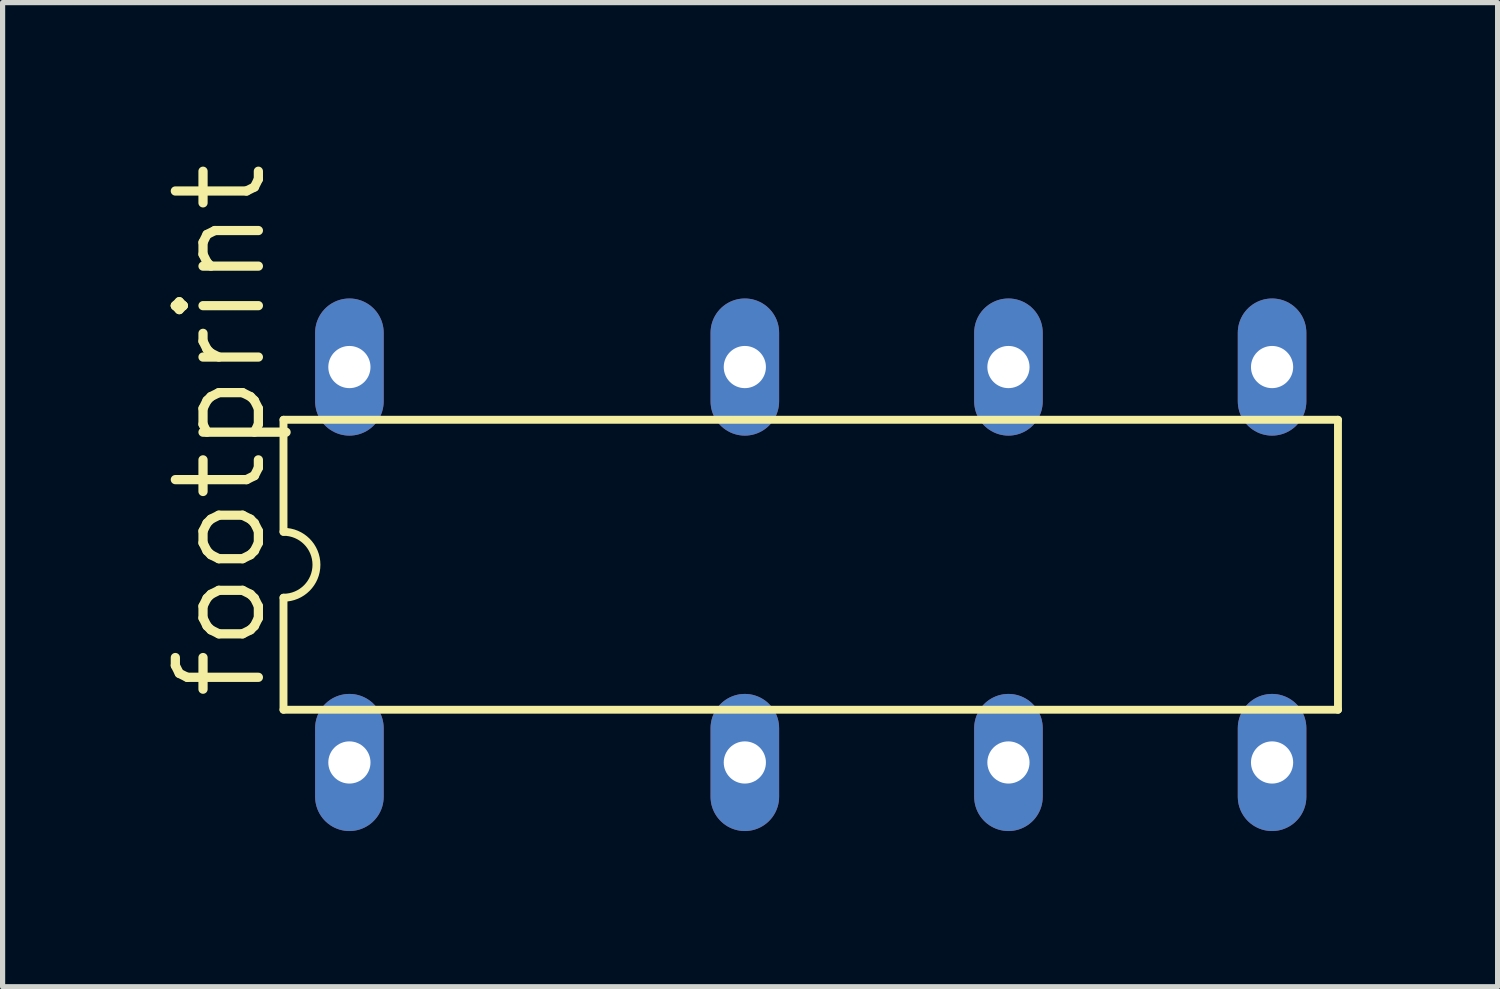
<source format=kicad_pcb>
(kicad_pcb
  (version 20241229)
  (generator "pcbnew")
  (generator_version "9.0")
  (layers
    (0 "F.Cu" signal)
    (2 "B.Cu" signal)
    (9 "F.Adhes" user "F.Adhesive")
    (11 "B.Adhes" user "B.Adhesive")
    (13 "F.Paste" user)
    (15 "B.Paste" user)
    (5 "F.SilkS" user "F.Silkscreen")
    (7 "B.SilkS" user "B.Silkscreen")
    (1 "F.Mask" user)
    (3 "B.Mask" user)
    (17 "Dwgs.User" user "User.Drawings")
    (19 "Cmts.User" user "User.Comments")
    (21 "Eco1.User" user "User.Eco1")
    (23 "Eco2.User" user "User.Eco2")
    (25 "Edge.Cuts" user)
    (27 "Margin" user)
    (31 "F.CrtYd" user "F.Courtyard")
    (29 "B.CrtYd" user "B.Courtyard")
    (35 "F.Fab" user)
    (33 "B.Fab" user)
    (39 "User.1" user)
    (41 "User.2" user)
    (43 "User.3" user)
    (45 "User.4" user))
  (footprint "footprint"
    (layer "F.Cu")
    (at 12.573 7.833)
    (property "Reference" "footprint" (at -10.439 2.667 90) (layer "F.SilkS") (effects (font (size 1.6 1.6) (thickness 0.178)) (justify left bottom)))
    (fp_line (start -10.16 -2.794) (end -10.16 -0.635) (stroke (width 0.152) (type solid)) (layer "F.SilkS"))
    (fp_line (start -10.16 0.635) (end -10.16 2.794) (stroke (width 0.152) (type solid)) (layer "F.SilkS"))
    (fp_line (start -10.16 2.794) (end 10.16 2.794) (stroke (width 0.152) (type solid)) (layer "F.SilkS"))
    (fp_line (start 10.16 -2.794) (end -10.16 -2.794) (stroke (width 0.152) (type solid)) (layer "F.SilkS"))
    (fp_line (start 10.16 2.794) (end 10.16 -2.794) (stroke (width 0.152) (type solid)) (layer "F.SilkS"))
    (fp_arc (start -10.16 -0.635) (mid -9.525 0) (end -10.16 0.635) (stroke (width 0.1524) (type solid)) (layer "F.SilkS"))
    (pad "1" thru_hole oval (at -8.89 3.81 90) (size 2.642 1.321) (drill 0.813) (layers "*.Cu" "*.Mask"))
    (pad "4" thru_hole oval (at -1.27 3.81 90) (size 2.642 1.321) (drill 0.813) (layers "*.Cu" "*.Mask"))
    (pad "6" thru_hole oval (at 3.81 3.81 90) (size 2.642 1.321) (drill 0.813) (layers "*.Cu" "*.Mask"))
    (pad "8" thru_hole oval (at 8.89 3.81 90) (size 2.642 1.321) (drill 0.813) (layers "*.Cu" "*.Mask"))
    (pad "9" thru_hole oval (at 8.89 -3.81 90) (size 2.642 1.321) (drill 0.813) (layers "*.Cu" "*.Mask"))
    (pad "11" thru_hole oval (at 3.81 -3.81 90) (size 2.642 1.321) (drill 0.813) (layers "*.Cu" "*.Mask"))
    (pad "13" thru_hole oval (at -1.27 -3.81 90) (size 2.642 1.321) (drill 0.813) (layers "*.Cu" "*.Mask"))
    (pad "16" thru_hole oval (at -8.89 -3.81 90) (size 2.642 1.321) (drill 0.813) (layers "*.Cu" "*.Mask")))
  (gr_rect
    (start -3 -3)
    (end 25.809 15.964)
    (stroke (width 0.1) (type default))
    (fill no)
    (layer "Edge.Cuts")))
</source>
